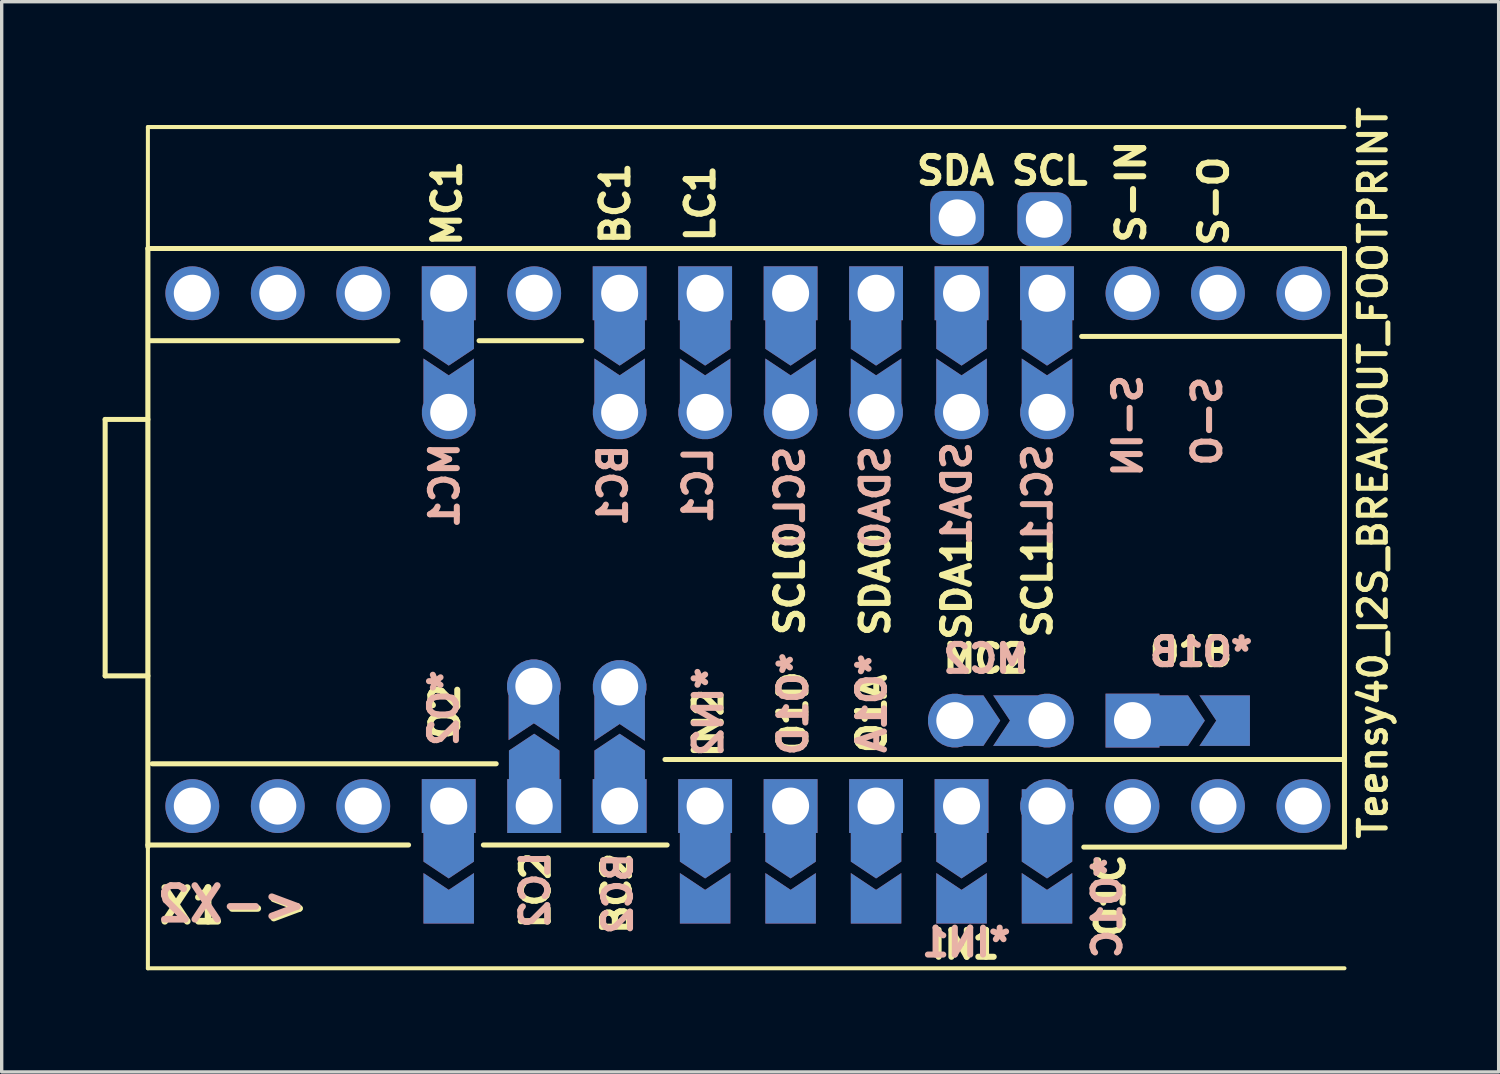
<source format=kicad_pcb>
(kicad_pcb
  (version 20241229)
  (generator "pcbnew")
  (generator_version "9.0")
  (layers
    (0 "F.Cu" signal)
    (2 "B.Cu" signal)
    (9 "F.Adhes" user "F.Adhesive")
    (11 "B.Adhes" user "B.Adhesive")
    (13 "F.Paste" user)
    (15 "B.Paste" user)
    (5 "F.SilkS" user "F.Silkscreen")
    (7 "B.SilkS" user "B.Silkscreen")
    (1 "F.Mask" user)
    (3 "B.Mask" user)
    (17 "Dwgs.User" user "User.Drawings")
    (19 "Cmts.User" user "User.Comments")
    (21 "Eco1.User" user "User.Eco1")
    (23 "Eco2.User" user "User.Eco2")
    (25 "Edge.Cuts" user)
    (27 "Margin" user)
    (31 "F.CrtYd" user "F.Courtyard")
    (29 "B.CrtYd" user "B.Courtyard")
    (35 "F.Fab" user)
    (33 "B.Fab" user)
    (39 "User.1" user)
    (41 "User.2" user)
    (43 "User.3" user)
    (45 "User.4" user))
  (footprint "Teensy40_I2S_BREAKOUT_FOOTPRINT"
    (layer "F.Cu")
    (at 1.345 0.725)
    (property "Reference" "Teensy40_I2S_BREAKOUT_FOOTPRINT" (at 36.411 10.277 270) (layer "F.SilkS") (effects (font (size 0.8 0.8) (thickness 0.15))))
    (attr through_hole)
    (fp_poly (pts (xy 8.255 6.16) (xy 9.652 6.223) (xy 9.652 7.62) (xy 8.255 7.556)) (stroke (width 0.1) (type solid)) (fill yes) (layer "F.Mask"))
    (fp_poly (pts (xy 9.632 23.576) (xy 8.235 23.576) (xy 8.235 21.544) (xy 9.632 21.544)) (stroke (width 0.1) (type solid)) (fill yes) (layer "F.Mask"))
    (fp_poly (pts (xy 10.795 17.462) (xy 12.192 17.526) (xy 12.192 18.923) (xy 10.795 18.86)) (stroke (width 0.1) (type solid)) (fill yes) (layer "F.Mask"))
    (fp_poly (pts (xy 13.335 6.096) (xy 14.732 6.16) (xy 14.732 7.556) (xy 13.335 7.493)) (stroke (width 0.1) (type solid)) (fill yes) (layer "F.Mask"))
    (fp_poly (pts (xy 13.335 17.447) (xy 14.732 17.511) (xy 14.732 18.908) (xy 13.335 18.844)) (stroke (width 0.1) (type solid)) (fill yes) (layer "F.Mask"))
    (fp_poly (pts (xy 15.875 6.16) (xy 17.272 6.223) (xy 17.272 7.62) (xy 15.875 7.556)) (stroke (width 0.1) (type solid)) (fill yes) (layer "F.Mask"))
    (fp_poly (pts (xy 17.272 23.622) (xy 15.875 23.622) (xy 15.875 21.59) (xy 17.272 21.59)) (stroke (width 0.1) (type solid)) (fill yes) (layer "F.Mask"))
    (fp_poly (pts (xy 18.415 6.223) (xy 19.812 6.287) (xy 19.812 7.684) (xy 18.415 7.62)) (stroke (width 0.1) (type solid)) (fill yes) (layer "F.Mask"))
    (fp_poly (pts (xy 19.812 23.622) (xy 18.415 23.622) (xy 18.415 21.59) (xy 19.812 21.59)) (stroke (width 0.1) (type solid)) (fill yes) (layer "F.Mask"))
    (fp_poly (pts (xy 20.955 6.223) (xy 22.352 6.287) (xy 22.352 7.684) (xy 20.955 7.62)) (stroke (width 0.1) (type solid)) (fill yes) (layer "F.Mask"))
    (fp_poly (pts (xy 22.352 23.622) (xy 20.955 23.622) (xy 20.955 21.59) (xy 22.352 21.59)) (stroke (width 0.1) (type solid)) (fill yes) (layer "F.Mask"))
    (fp_poly (pts (xy 23.495 6.096) (xy 24.892 6.16) (xy 24.892 7.556) (xy 23.495 7.493)) (stroke (width 0.1) (type solid)) (fill yes) (layer "F.Mask"))
    (fp_poly (pts (xy 24.892 23.622) (xy 23.495 23.622) (xy 23.495 21.59) (xy 24.892 21.59)) (stroke (width 0.1) (type solid)) (fill yes) (layer "F.Mask"))
    (fp_poly (pts (xy 25.971 16.954) (xy 25.908 18.352) (xy 24.511 18.352) (xy 24.575 16.954)) (stroke (width 0.1) (type solid)) (fill yes) (layer "F.Mask"))
    (fp_poly (pts (xy 26.035 6.223) (xy 27.432 6.287) (xy 27.432 7.684) (xy 26.035 7.62)) (stroke (width 0.1) (type solid)) (fill yes) (layer "F.Mask"))
    (fp_poly (pts (xy 27.396 23.332) (xy 25.999 23.332) (xy 25.999 21.3) (xy 27.396 21.3)) (stroke (width 0.1) (type solid)) (fill yes) (layer "F.Mask"))
    (fp_poly (pts (xy 31.941 16.954) (xy 31.877 18.352) (xy 30.48 18.352) (xy 30.544 16.954)) (stroke (width 0.1) (type solid)) (fill yes) (layer "F.Mask"))
    (fp_poly (pts (xy 8.255 6.16) (xy 9.652 6.223) (xy 9.652 7.62) (xy 8.255 7.556)) (stroke (width 0.1) (type solid)) (fill yes) (layer "B.Mask"))
    (fp_poly (pts (xy 9.632 23.576) (xy 8.235 23.576) (xy 8.235 21.544) (xy 9.632 21.544)) (stroke (width 0.1) (type solid)) (fill yes) (layer "B.Mask"))
    (fp_poly (pts (xy 10.795 17.462) (xy 12.192 17.526) (xy 12.192 18.923) (xy 10.795 18.86)) (stroke (width 0.1) (type solid)) (fill yes) (layer "B.Mask"))
    (fp_poly (pts (xy 13.284 17.455) (xy 14.681 17.518) (xy 14.681 18.915) (xy 13.284 18.852)) (stroke (width 0.1) (type solid)) (fill yes) (layer "B.Mask"))
    (fp_poly (pts (xy 13.335 6.096) (xy 14.732 6.16) (xy 14.732 7.556) (xy 13.335 7.493)) (stroke (width 0.1) (type solid)) (fill yes) (layer "B.Mask"))
    (fp_poly (pts (xy 15.875 6.16) (xy 17.272 6.223) (xy 17.272 7.62) (xy 15.875 7.556)) (stroke (width 0.1) (type solid)) (fill yes) (layer "B.Mask"))
    (fp_poly (pts (xy 17.272 23.622) (xy 15.875 23.622) (xy 15.875 21.59) (xy 17.272 21.59)) (stroke (width 0.1) (type solid)) (fill yes) (layer "B.Mask"))
    (fp_poly (pts (xy 18.415 6.223) (xy 19.812 6.287) (xy 19.812 7.684) (xy 18.415 7.62)) (stroke (width 0.1) (type solid)) (fill yes) (layer "B.Mask"))
    (fp_poly (pts (xy 19.812 23.622) (xy 18.415 23.622) (xy 18.415 21.59) (xy 19.812 21.59)) (stroke (width 0.1) (type solid)) (fill yes) (layer "B.Mask"))
    (fp_poly (pts (xy 20.955 6.223) (xy 22.352 6.287) (xy 22.352 7.684) (xy 20.955 7.62)) (stroke (width 0.1) (type solid)) (fill yes) (layer "B.Mask"))
    (fp_poly (pts (xy 22.352 23.622) (xy 20.955 23.622) (xy 20.955 21.59) (xy 22.352 21.59)) (stroke (width 0.1) (type solid)) (fill yes) (layer "B.Mask"))
    (fp_poly (pts (xy 23.495 6.096) (xy 24.892 6.16) (xy 24.892 7.556) (xy 23.495 7.493)) (stroke (width 0.1) (type solid)) (fill yes) (layer "B.Mask"))
    (fp_poly (pts (xy 24.892 23.622) (xy 23.495 23.622) (xy 23.495 21.59) (xy 24.892 21.59)) (stroke (width 0.1) (type solid)) (fill yes) (layer "B.Mask"))
    (fp_poly (pts (xy 25.971 16.954) (xy 25.908 18.352) (xy 24.511 18.352) (xy 24.575 16.954)) (stroke (width 0.1) (type solid)) (fill yes) (layer "B.Mask"))
    (fp_poly (pts (xy 26.035 6.223) (xy 27.432 6.287) (xy 27.432 7.684) (xy 26.035 7.62)) (stroke (width 0.1) (type solid)) (fill yes) (layer "B.Mask"))
    (fp_poly (pts (xy 27.396 23.368) (xy 25.999 23.368) (xy 25.999 21.336) (xy 27.396 21.336)) (stroke (width 0.1) (type solid)) (fill yes) (layer "B.Mask"))
    (fp_poly (pts (xy 31.941 16.954) (xy 31.877 18.352) (xy 30.48 18.352) (xy 30.544 16.954)) (stroke (width 0.1) (type solid)) (fill yes) (layer "B.Mask"))
    (fp_line (start -1.27 8.69) (end 0 8.69) (stroke (width 0.15) (type solid)) (layer "F.SilkS"))
    (fp_line (start -1.27 16.31) (end -1.27 8.69) (stroke (width 0.15) (type solid)) (layer "F.SilkS"))
    (fp_line (start 0 0) (end 0 25) (stroke (width 0.12) (type solid)) (layer "F.SilkS"))
    (fp_line (start 0 0) (end 35.56 0) (stroke (width 0.12) (type solid)) (layer "F.SilkS"))
    (fp_line (start 0 3.61) (end 0 21.39) (stroke (width 0.15) (type solid)) (layer "F.SilkS"))
    (fp_line (start 0 16.31) (end -1.27 16.31) (stroke (width 0.15) (type solid)) (layer "F.SilkS"))
    (fp_line (start 0 21.336) (end 7.747 21.336) (stroke (width 0.15) (type solid)) (layer "F.SilkS"))
    (fp_line (start 0 25) (end 35.56 25) (stroke (width 0.12) (type solid)) (layer "F.SilkS"))
    (fp_line (start 0.064 6.35) (end 7.429 6.35) (stroke (width 0.15) (type solid)) (layer "F.SilkS"))
    (fp_line (start 0.127 18.923) (end 10.351 18.923) (stroke (width 0.15) (type solid)) (layer "F.SilkS"))
    (fp_line (start 9.842 6.35) (end 12.89 6.35) (stroke (width 0.15) (type solid)) (layer "F.SilkS"))
    (fp_line (start 9.97 21.336) (end 15.431 21.336) (stroke (width 0.15) (type solid)) (layer "F.SilkS"))
    (fp_line (start 15.367 18.796) (end 35.56 18.796) (stroke (width 0.15) (type solid)) (layer "F.SilkS"))
    (fp_line (start 27.75 6.223) (end 35.56 6.223) (stroke (width 0.15) (type solid)) (layer "F.SilkS"))
    (fp_line (start 27.813 21.399) (end 35.56 21.399) (stroke (width 0.15) (type solid)) (layer "F.SilkS"))
    (fp_line (start 35.56 3.61) (end 0 3.61) (stroke (width 0.15) (type solid)) (layer "F.SilkS"))
    (fp_line (start 35.56 21.39) (end 35.56 3.61) (stroke (width 0.15) (type solid)) (layer "F.SilkS"))
    (fp_text user "BC1" (at 13.89 2.27 90) (layer "F.SilkS") (effects (font (size 0.8 0.8) (thickness 0.18))))
    (fp_text user "O1C" (at 28.605 22.84 90) (layer "F.SilkS") (effects (font (size 0.8 0.8) (thickness 0.18))))
    (fp_text user "SDA0" (at 21.62 13.59 90) (layer "F.SilkS") (effects (font (size 0.8 0.8) (thickness 0.18))))
    (fp_text user "S-IN" (at 29.22 1.92 90) (layer "F.SilkS") (effects (font (size 0.8 0.8) (thickness 0.18))))
    (fp_text user "SDA1" (at 24.04 13.71 90) (layer "F.SilkS") (effects (font (size 0.8 0.8) (thickness 0.18))))
    (fp_text user "X1->" (at 2.55 23.15 0) (layer "F.SilkS") (effects (font (size 1 1) (thickness 0.2))))
    (fp_text user "SDA" (at 24 1.3 0) (layer "F.SilkS") (effects (font (size 0.8 0.8) (thickness 0.18))))
    (fp_text user "O2" (at 8.833 17.37 90) (layer "F.SilkS") (effects (font (size 0.8 0.8) (thickness 0.18))))
    (fp_text user "SCL" (at 26.8 1.3 0) (layer "F.SilkS") (effects (font (size 0.8 0.8) (thickness 0.18))))
    (fp_text user "O1D" (at 19.177 17.399 90) (layer "F.SilkS") (effects (font (size 0.8 0.8) (thickness 0.18))))
    (fp_text user "SCL1" (at 26.44 13.66 90) (layer "F.SilkS") (effects (font (size 0.8 0.8) (thickness 0.18))))
    (fp_text user "BC2" (at 13.934 22.774 90) (layer "F.SilkS") (effects (font (size 0.8 0.8) (thickness 0.18))))
    (fp_text user "MC2" (at 24.9 15.8 0) (layer "F.SilkS") (effects (font (size 0.8 0.8) (thickness 0.18))))
    (fp_text user "SCL0" (at 19.08 13.59 90) (layer "F.SilkS") (effects (font (size 0.8 0.8) (thickness 0.18))))
    (fp_text user "IN2" (at 16.657 17.714 90) (layer "F.SilkS") (effects (font (size 0.8 0.8) (thickness 0.18))))
    (fp_text user "O1A" (at 21.514 17.435 90) (layer "F.SilkS") (effects (font (size 0.8 0.8) (thickness 0.18))))
    (fp_text user "S-O" (at 31.68 2.2 90) (layer "F.SilkS") (effects (font (size 0.8 0.8) (thickness 0.18))))
    (fp_text user "O1B" (at 31 15.6 0) (layer "F.SilkS") (effects (font (size 0.8 0.8) (thickness 0.18))))
    (fp_text user "LC2" (at 11.521 22.687 90) (layer "F.SilkS") (effects (font (size 0.8 0.8) (thickness 0.18))))
    (fp_text user "MC1" (at 8.89 2.27 90) (layer "F.SilkS") (effects (font (size 0.8 0.8) (thickness 0.18))))
    (fp_text user "LC1" (at 16.42 2.27 90) (layer "F.SilkS") (effects (font (size 0.8 0.8) (thickness 0.18))))
    (fp_text user "IN1" (at 24.298 24.298 180) (layer "F.SilkS") (effects (font (size 0.8 0.8) (thickness 0.18))))
    (fp_text user "BC1" (at 13.82 10.65 90) (layer "B.SilkS") (effects (font (size 0.8 0.8) (thickness 0.18)) (justify mirror)))
    (fp_text user "*O1A" (at 21.514 17.125 90) (layer "B.SilkS") (effects (font (size 0.8 0.8) (thickness 0.18)) (justify mirror)))
    (fp_text user "MC2" (at 24.9 15.8 0) (unlocked yes) (layer "B.SilkS") (effects (font (size 0.8 0.8) (thickness 0.18)) (justify mirror)))
    (fp_text user "SDA0" (at 21.62 11.01 90) (layer "B.SilkS") (effects (font (size 0.8 0.8) (thickness 0.18)) (justify mirror)))
    (fp_text user "*O1D" (at 19.177 17.145 90) (layer "B.SilkS") (effects (font (size 0.8 0.8) (thickness 0.18)) (justify mirror)))
    (fp_text user "LC1" (at 16.35 10.65 90) (layer "B.SilkS") (effects (font (size 0.8 0.8) (thickness 0.18)) (justify mirror)))
    (fp_text user "SCL1" (at 26.44 10.94 90) (layer "B.SilkS") (effects (font (size 0.8 0.8) (thickness 0.18)) (justify mirror)))
    (fp_text user "*IN1" (at 24.323 24.232 0) (unlocked yes) (layer "B.SilkS") (effects (font (size 0.8 0.8) (thickness 0.18)) (justify mirror)))
    (fp_text user "MC1" (at 8.82 10.65 90) (layer "B.SilkS") (effects (font (size 0.8 0.8) (thickness 0.18)) (justify mirror)))
    (fp_text user "SDA1" (at 24.04 10.89 90) (layer "B.SilkS") (effects (font (size 0.8 0.8) (thickness 0.18)) (justify mirror)))
    (fp_text user "*O1B" (at 31.3 15.6 0) (unlocked yes) (layer "B.SilkS") (effects (font (size 0.8 0.8) (thickness 0.18)) (justify mirror)))
    (fp_text user "BC2" (at 13.967 22.784 90) (layer "B.SilkS") (effects (font (size 0.8 0.8) (thickness 0.18)) (justify mirror)))
    (fp_text user "*IN2" (at 16.657 17.374 90) (unlocked yes) (layer "B.SilkS") (effects (font (size 0.8 0.8) (thickness 0.18)) (justify mirror)))
    (fp_text user "<-X2" (at 2.49 23.09 0) (layer "B.SilkS") (effects (font (size 1 1) (thickness 0.2)) (justify mirror)))
    (fp_text user "*O2" (at 8.793 17.268 90) (layer "B.SilkS") (effects (font (size 0.8 0.8) (thickness 0.18)) (justify mirror)))
    (fp_text user "S-O" (at 31.48 8.74 90) (layer "B.SilkS") (effects (font (size 0.8 0.8) (thickness 0.18)) (justify mirror)))
    (fp_text user "LC2" (at 11.506 22.667 90) (layer "B.SilkS") (effects (font (size 0.8 0.8) (thickness 0.18)) (justify mirror)))
    (fp_text user "*O1C" (at 28.512 23.177 90) (layer "B.SilkS") (effects (font (size 0.8 0.8) (thickness 0.18)) (justify mirror)))
    (fp_text user "SCL0" (at 19.08 11.01 90) (layer "B.SilkS") (effects (font (size 0.8 0.8) (thickness 0.18)) (justify mirror)))
    (fp_text user "S-IN" (at 29.12 8.88 90) (layer "B.SilkS") (effects (font (size 0.8 0.8) (thickness 0.18)) (justify mirror)))
    (pad "1" thru_hole circle (at 1.32 20.18) (size 1.6 1.6) (drill 1.1) (layers "*.Cu" "*.Mask"))
    (pad "2" thru_hole circle (at 3.86 20.18) (size 1.6 1.6) (drill 1.1) (layers "*.Cu" "*.Mask"))
    (pad "3" thru_hole circle (at 6.4 20.18 90) (size 1.6 1.6) (drill 1.1) (layers "*.Cu" "*.Mask"))
    (pad "4" thru_hole custom (at 8.94 20.18 90) (size 1.6 1.6) (drill 1.1) (layers "*.Cu" "*.Mask") (options (anchor rect)) (primitives (gr_poly (pts (xy -1.65 -0.75) (xy 0.5 -0.75) (xy 0.5 0.75) (xy -1.65 0.75) (xy -2.15 0)) (width 0) (fill yes))))
    (pad "5" thru_hole custom (at 11.48 20.18 270) (size 1.6 1.6) (drill 1.1) (layers "*.Cu" "*.Mask") (options (anchor rect)) (primitives (gr_poly (pts (xy -1.65 -0.75) (xy 0.5 -0.75) (xy 0.5 0.75) (xy -1.65 0.75) (xy -2.15 0)) (width 0) (fill yes))))
    (pad "6" thru_hole custom (at 14.02 20.18 270) (size 1.6 1.6) (drill 1.1) (layers "*.Cu" "*.Mask") (options (anchor rect)) (primitives (gr_poly (pts (xy -1.65 -0.75) (xy 0.5 -0.75) (xy 0.5 0.75) (xy -1.65 0.75) (xy -2.15 0)) (width 0) (fill yes))))
    (pad "7" thru_hole custom (at 16.56 20.18 90) (size 1.6 1.6) (drill 1.1) (layers "*.Cu" "*.Mask") (options (anchor rect)) (primitives (gr_poly (pts (xy -1.65 -0.75) (xy 0.5 -0.75) (xy 0.5 0.75) (xy -1.65 0.75) (xy -2.15 0)) (width 0) (fill yes))))
    (pad "8" thru_hole custom (at 19.1 20.18 90) (size 1.6 1.6) (drill 1.1) (layers "*.Cu" "*.Mask") (options (anchor rect)) (primitives (gr_poly (pts (xy -1.65 -0.75) (xy 0.5 -0.75) (xy 0.5 0.75) (xy -1.65 0.75) (xy -2.15 0)) (width 0) (fill yes))))
    (pad "9" thru_hole custom (at 21.64 20.18 90) (size 1.6 1.6) (drill 1.1) (layers "*.Cu" "*.Mask") (options (anchor rect)) (primitives (gr_poly (pts (xy -1.65 -0.75) (xy 0.5 -0.75) (xy 0.5 0.75) (xy -1.65 0.75) (xy -2.15 0)) (width 0) (fill yes))))
    (pad "10" thru_hole custom (at 24.18 20.18 90) (size 1.6 1.6) (drill 1.1) (layers "*.Cu" "*.Mask") (options (anchor rect)) (primitives (gr_poly (pts (xy -1.65 -0.75) (xy 0.5 -0.75) (xy 0.5 0.75) (xy -1.65 0.75) (xy -2.15 0)) (width 0) (fill yes))))
    (pad "11" thru_hole custom (at 26.72 20.18 90) (size 1.6 1.6) (drill 1.1) (layers "*.Cu" "*.Mask") (options (anchor circle)) (primitives (gr_poly (pts (xy -1.65 -0.75) (xy 0.5 -0.75) (xy 0.5 0.75) (xy -1.65 0.75) (xy -2.15 0)) (width 0) (fill yes))))
    (pad "12" thru_hole circle (at 29.26 20.18) (size 1.6 1.6) (drill 1.1) (layers "*.Cu" "*.Mask"))
    (pad "13" thru_hole circle (at 31.8 20.18) (size 1.6 1.6) (drill 1.1) (layers "*.Cu" "*.Mask"))
    (pad "14" thru_hole circle (at 34.34 20.18) (size 1.6 1.6) (drill 1.1) (layers "*.Cu" "*.Mask"))
    (pad "20" thru_hole circle (at 34.34 4.94) (size 1.6 1.6) (drill 1.1) (layers "*.Cu" "*.Mask"))
    (pad "21" thru_hole circle (at 31.8 4.94) (size 1.6 1.6) (drill 1.1) (layers "*.Cu" "*.Mask"))
    (pad "22" thru_hole circle (at 29.26 4.94) (size 1.6 1.6) (drill 1.1) (layers "*.Cu" "*.Mask"))
    (pad "23" thru_hole custom (at 26.72 4.94 90) (size 1.6 1.6) (drill 1.1) (layers "*.Cu" "*.Mask") (options (anchor rect)) (primitives (gr_poly (pts (xy -1.65 -0.75) (xy 0.5 -0.75) (xy 0.5 0.75) (xy -1.65 0.75) (xy -2.15 0)) (width 0) (fill yes))))
    (pad "24" thru_hole custom (at 24.18 4.94 90) (size 1.6 1.6) (drill 1.1) (layers "*.Cu" "*.Mask") (options (anchor rect)) (primitives (gr_poly (pts (xy -1.65 -0.75) (xy 0.5 -0.75) (xy 0.5 0.75) (xy -1.65 0.75) (xy -2.15 0)) (width 0) (fill yes))))
    (pad "25" thru_hole custom (at 21.64 4.94 90) (size 1.6 1.6) (drill 1.1) (layers "*.Cu" "*.Mask") (options (anchor rect)) (primitives (gr_poly (pts (xy -1.65 -0.75) (xy 0.5 -0.75) (xy 0.5 0.75) (xy -1.65 0.75) (xy -2.15 0)) (width 0) (fill yes))))
    (pad "26" thru_hole custom (at 19.1 4.94 90) (size 1.6 1.6) (drill 1.1) (layers "*.Cu" "*.Mask") (options (anchor rect)) (primitives (gr_poly (pts (xy -1.65 -0.75) (xy 0.5 -0.75) (xy 0.5 0.75) (xy -1.65 0.75) (xy -2.15 0)) (width 0) (fill yes))))
    (pad "27" thru_hole custom (at 16.56 4.94 90) (size 1.6 1.6) (drill 1.1) (layers "*.Cu" "*.Mask") (options (anchor rect)) (primitives (gr_poly (pts (xy -1.65 -0.75) (xy 0.5 -0.75) (xy 0.5 0.75) (xy -1.65 0.75) (xy -2.15 0)) (width 0) (fill yes))))
    (pad "28" thru_hole custom (at 14.02 4.94 90) (size 1.6 1.6) (drill 1.1) (layers "*.Cu" "*.Mask") (options (anchor rect)) (primitives (gr_poly (pts (xy -1.65 -0.75) (xy 0.5 -0.75) (xy 0.5 0.75) (xy -1.65 0.75) (xy -2.15 0)) (width 0) (fill yes))))
    (pad "29" thru_hole circle (at 11.48 4.94) (size 1.6 1.6) (drill 1.1) (layers "*.Cu" "*.Mask"))
    (pad "30" thru_hole custom (at 8.94 4.94 90) (size 1.6 1.6) (drill 1.1) (layers "*.Cu" "*.Mask") (options (anchor rect)) (primitives (gr_poly (pts (xy -1.65 -0.75) (xy 0.5 -0.75) (xy 0.5 0.75) (xy -1.65 0.75) (xy -2.15 0)) (width 0) (fill yes))))
    (pad "31" thru_hole circle (at 6.4 4.94) (size 1.6 1.6) (drill 1.1) (layers "*.Cu" "*.Mask"))
    (pad "32" thru_hole circle (at 3.86 4.94) (size 1.6 1.6) (drill 1.1) (layers "*.Cu" "*.Mask"))
    (pad "33" thru_hole circle (at 1.32 4.94) (size 1.6 1.6) (drill 1.1) (layers "*.Cu" "*.Mask"))
    (pad "43" thru_hole custom (at 29.26 17.64 180) (size 1.6 1.6) (drill 1.1) (layers "*.Cu" "*.Mask") (options (anchor rect)) (primitives (gr_poly (pts (xy -1.65 -0.75) (xy 0.5 -0.75) (xy 0.5 0.75) (xy -1.65 0.75) (xy -2.15 0)) (width 0) (fill yes))))
    (pad "44" thru_hole custom (at 26.72 17.64) (size 1.6 1.6) (drill 1.1) (layers "*.Cu" "*.Mask") (options (anchor circle)) (primitives (gr_poly (pts (xy -1.6 -0.75) (xy 0.25 -0.75) (xy 0.25 0.75) (xy -1.6 0.75) (xy -1.1 0)) (width 0) (fill yes))))
    (pad "C1" thru_hole custom (at 21.64 8.48 270) (size 1.6 1.6) (drill 1.1) (layers "*.Cu" "*.Mask") (options (anchor circle)) (primitives (gr_poly (pts (xy -1.6 -0.75) (xy 0.25 -0.75) (xy 0.25 0.75) (xy -1.6 0.75) (xy -1.1 0)) (width 0) (fill yes))))
    (pad "C1" thru_hole roundrect (at 24.05 2.7) (size 1.6 1.6) (drill 1.1) (layers "*.Cu" "*.Mask") (roundrect_rratio 0.25))
    (pad "C1" thru_hole custom (at 24.18 8.48 270) (size 1.6 1.6) (drill 1.1) (layers "*.Cu" "*.Mask") (options (anchor circle)) (primitives (gr_poly (pts (xy -1.6 -0.75) (xy 0.25 -0.75) (xy 0.25 0.75) (xy -1.6 0.75) (xy -1.1 0)) (width 0) (fill yes))))
    (pad "C2" thru_hole custom (at 19.1 8.48 270) (size 1.6 1.6) (drill 1.1) (layers "*.Cu" "*.Mask") (options (anchor circle)) (primitives (gr_poly (pts (xy -1.6 -0.75) (xy 0.25 -0.75) (xy 0.25 0.75) (xy -1.6 0.75) (xy -1.1 0)) (width 0) (fill yes))))
    (pad "C2" thru_hole roundrect (at 26.64 2.74) (size 1.6 1.6) (drill 1.1) (layers "*.Cu" "*.Mask") (roundrect_rratio 0.25))
    (pad "C2" thru_hole custom (at 26.72 8.48 270) (size 1.6 1.6) (drill 1.1) (layers "*.Cu" "*.Mask") (options (anchor circle)) (primitives (gr_poly (pts (xy -1.6 -0.75) (xy 0.25 -0.75) (xy 0.25 0.75) (xy -1.6 0.75) (xy -1.1 0)) (width 0) (fill yes))))
    (pad "S1" thru_hole custom (at 8.94 8.48 270) (size 1.6 1.6) (drill 1.1) (layers "*.Cu" "*.Mask") (options (anchor circle)) (primitives (gr_poly (pts (xy -1.6 -0.75) (xy 0.25 -0.75) (xy 0.25 0.75) (xy -1.6 0.75) (xy -1.1 0)) (width 0) (fill yes))))
    (pad "S1" thru_hole custom (at 23.98 17.64 180) (size 1.6 1.6) (drill 1.1) (layers "*.Cu" "*.Mask") (options (anchor circle)) (primitives (gr_poly (pts (xy -0.85 -0.75) (xy 0.25 -0.75) (xy 0.25 0.75) (xy -0.85 0.75) (xy -1.35 0)) (width 0) (fill yes))))
    (pad "S2" thru_hole custom (at 11.47 16.62 90) (size 1.6 1.6) (drill 1.1) (layers "*.Cu" "*.Mask") (options (anchor circle)) (primitives (gr_poly (pts (xy -1.6 -0.75) (xy 0.25 -0.75) (xy 0.25 0.75) (xy -1.6 0.75) (xy -1.1 0)) (width 0) (fill yes))))
    (pad "S2" thru_hole custom (at 16.56 8.48 270) (size 1.6 1.6) (drill 1.1) (layers "*.Cu" "*.Mask") (options (anchor circle)) (primitives (gr_poly (pts (xy -1.6 -0.75) (xy 0.25 -0.75) (xy 0.25 0.75) (xy -1.6 0.75) (xy -1.1 0)) (width 0) (fill yes))))
    (pad "S3" thru_hole custom (at 14.02 8.48 270) (size 1.6 1.6) (drill 1.1) (layers "*.Cu" "*.Mask") (options (anchor circle)) (primitives (gr_poly (pts (xy -1.6 -0.75) (xy 0.25 -0.75) (xy 0.25 0.75) (xy -1.6 0.75) (xy -1.1 0)) (width 0) (fill yes))))
    (pad "S3" thru_hole custom (at 14.02 16.64 90) (size 1.6 1.6) (drill 1.1) (layers "*.Cu" "*.Mask") (options (anchor circle)) (primitives (gr_poly (pts (xy -1.6 -0.75) (xy 0.25 -0.75) (xy 0.25 0.75) (xy -1.6 0.75) (xy -1.1 0)) (width 0) (fill yes))))
    (pad "X1" smd custom (at 8.94 22.92 270) (size 0.5 0.5) (layers "F.Cu" "F.Mask") (options (anchor rect)) (primitives (gr_poly (pts (xy -0.75 -0.75) (xy 0.75 -0.75) (xy 0.75 0.75) (xy -0.75 0.75) (xy -0.25 0)) (width 0) (fill yes))))
    (pad "X1" smd custom (at 16.56 22.92 270) (size 0.5 1.5) (layers "F.Cu" "F.Mask") (options (anchor rect)) (primitives (gr_poly (pts (xy -0.75 -0.75) (xy 0.75 -0.75) (xy 0.75 0.75) (xy -0.75 0.75) (xy -0.25 0)) (width 0) (fill yes))))
    (pad "X1" smd custom (at 19.1 22.92 270) (size 0.5 1.5) (layers "F.Cu" "F.Mask") (options (anchor rect)) (primitives (gr_poly (pts (xy -0.75 -0.75) (xy 0.75 -0.75) (xy 0.75 0.75) (xy -0.75 0.75) (xy -0.25 0)) (width 0) (fill yes))))
    (pad "X1" smd custom (at 21.64 22.92 270) (size 0.5 1.5) (layers "F.Cu" "F.Mask") (options (anchor rect)) (primitives (gr_poly (pts (xy -0.75 -0.75) (xy 0.75 -0.75) (xy 0.75 0.75) (xy -0.75 0.75) (xy -0.25 0)) (width 0) (fill yes))))
    (pad "X1" smd custom (at 24.18 22.92 270) (size 0.5 1.5) (layers "F.Cu" "F.Mask") (options (anchor rect)) (primitives (gr_poly (pts (xy -0.75 -0.75) (xy 0.75 -0.75) (xy 0.75 0.75) (xy -0.75 0.75) (xy -0.25 0)) (width 0) (fill yes))))
    (pad "X1" smd custom (at 26.72 22.92 270) (size 0.5 1.5) (layers "F.Cu" "F.Mask") (options (anchor rect)) (primitives (gr_poly (pts (xy -0.75 -0.75) (xy 0.75 -0.75) (xy 0.75 0.75) (xy -0.75 0.75) (xy -0.25 0)) (width 0) (fill yes))))
    (pad "X1" smd custom (at 32 17.64) (size 0.5 1.5) (layers "F.Cu" "F.Mask") (options (anchor rect)) (primitives (gr_poly (pts (xy -0.75 -0.75) (xy 0.75 -0.75) (xy 0.75 0.75) (xy -0.75 0.75) (xy -0.25 0)) (width 0) (fill yes))))
    (pad "X2" smd custom (at 8.94 22.92 270) (size 0.5 1.5) (layers "B.Cu" "B.Mask") (options (anchor rect)) (primitives (gr_poly (pts (xy -0.75 -0.75) (xy 0.75 -0.75) (xy 0.75 0.75) (xy -0.75 0.75) (xy -0.25 0)) (width 0) (fill yes))))
    (pad "X2" smd custom (at 16.56 22.92 270) (size 0.5 1.5) (layers "B.Cu" "B.Mask") (options (anchor rect)) (primitives (gr_poly (pts (xy -0.75 -0.75) (xy 0.75 -0.75) (xy 0.75 0.75) (xy -0.75 0.75) (xy -0.25 0)) (width 0) (fill yes))))
    (pad "X2" smd custom (at 19.1 22.92 270) (size 0.5 1.5) (layers "B.Cu" "B.Mask") (options (anchor rect)) (primitives (gr_poly (pts (xy -0.75 -0.75) (xy 0.75 -0.75) (xy 0.75 0.75) (xy -0.75 0.75) (xy -0.25 0)) (width 0) (fill yes))))
    (pad "X2" smd custom (at 21.64 22.92 270) (size 0.5 1.5) (layers "B.Cu" "B.Mask") (options (anchor rect)) (primitives (gr_poly (pts (xy -0.75 -0.75) (xy 0.75 -0.75) (xy 0.75 0.75) (xy -0.75 0.75) (xy -0.25 0)) (width 0) (fill yes))))
    (pad "X2" smd custom (at 24.18 22.92 270) (size 0.5 1.5) (layers "B.Cu" "B.Mask") (options (anchor rect)) (primitives (gr_poly (pts (xy -0.75 -0.75) (xy 0.75 -0.75) (xy 0.75 0.75) (xy -0.75 0.75) (xy -0.25 0)) (width 0) (fill yes))))
    (pad "X2" smd custom (at 26.72 22.92 270) (size 0.5 1.5) (layers "B.Cu" "B.Mask") (options (anchor rect)) (primitives (gr_poly (pts (xy -0.75 -0.75) (xy 0.75 -0.75) (xy 0.75 0.75) (xy -0.75 0.75) (xy -0.25 0)) (width 0) (fill yes))))
    (pad "X2" smd custom (at 32 17.64) (size 0.5 1.5) (layers "B.Cu" "B.Mask") (options (anchor rect)) (primitives (gr_poly (pts (xy -0.75 -0.75) (xy 0.75 -0.75) (xy 0.75 0.75) (xy -0.75 0.75) (xy -0.25 0)) (width 0) (fill yes)))))
  (gr_rect
    (start -3 -3)
    (end 41.487 28.806)
    (stroke (width 0.1) (type default))
    (fill no)
    (layer "Edge.Cuts")))
</source>
